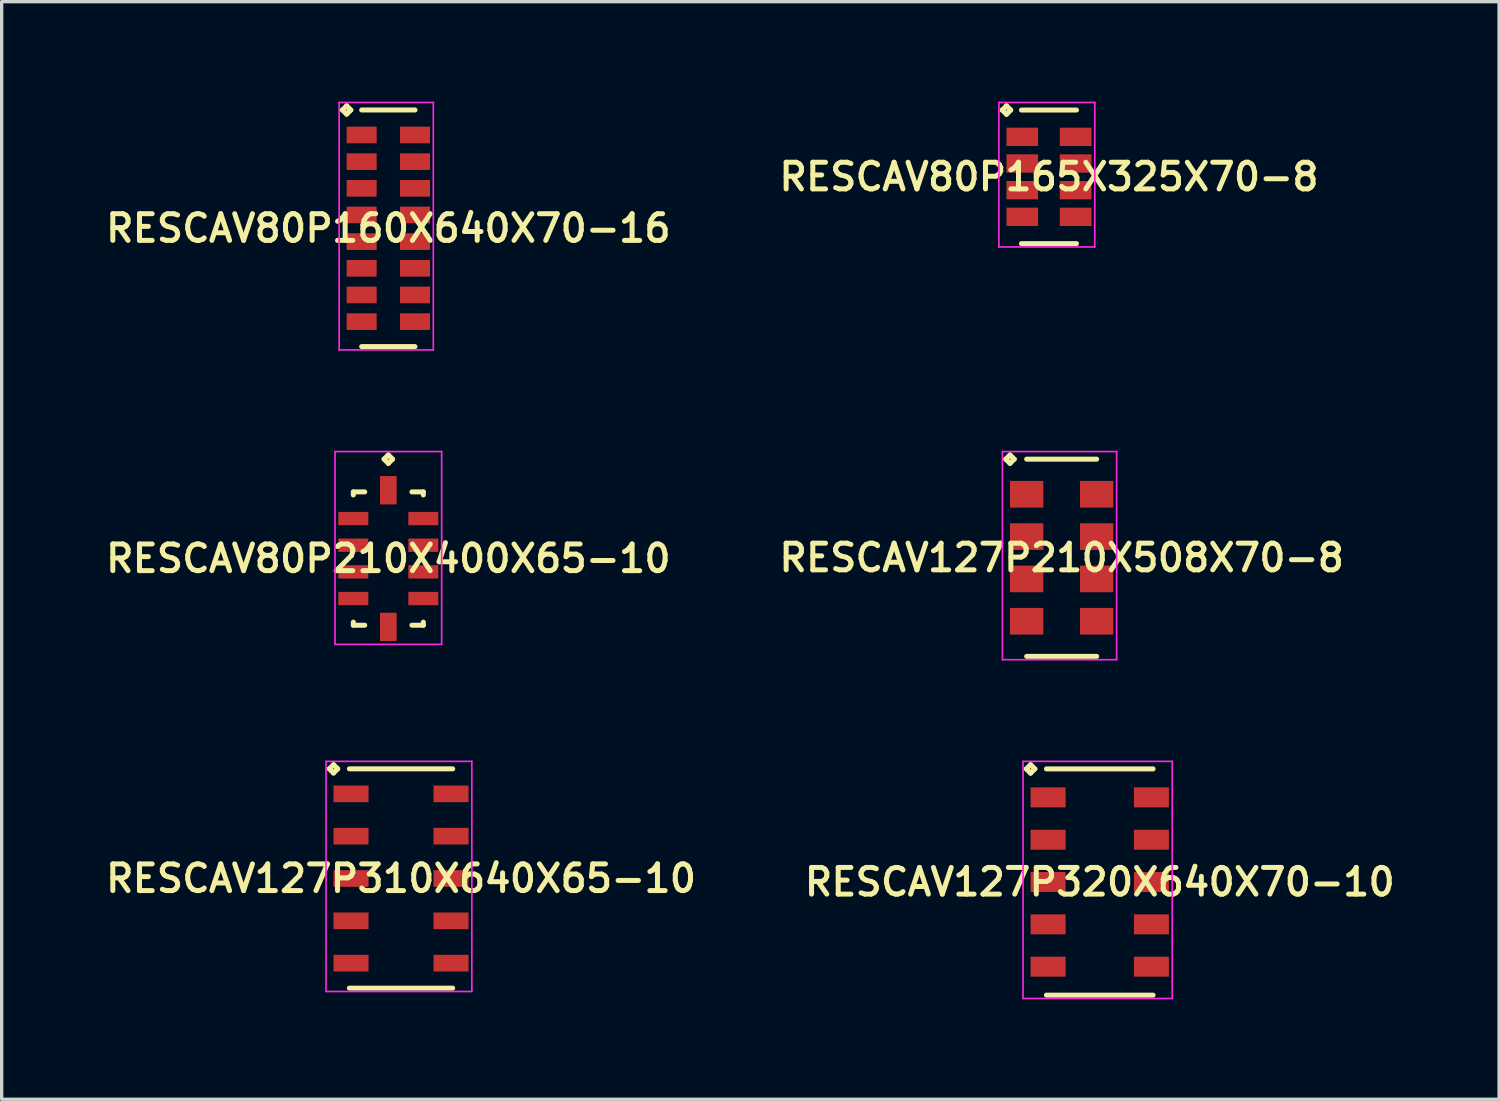
<source format=kicad_pcb>
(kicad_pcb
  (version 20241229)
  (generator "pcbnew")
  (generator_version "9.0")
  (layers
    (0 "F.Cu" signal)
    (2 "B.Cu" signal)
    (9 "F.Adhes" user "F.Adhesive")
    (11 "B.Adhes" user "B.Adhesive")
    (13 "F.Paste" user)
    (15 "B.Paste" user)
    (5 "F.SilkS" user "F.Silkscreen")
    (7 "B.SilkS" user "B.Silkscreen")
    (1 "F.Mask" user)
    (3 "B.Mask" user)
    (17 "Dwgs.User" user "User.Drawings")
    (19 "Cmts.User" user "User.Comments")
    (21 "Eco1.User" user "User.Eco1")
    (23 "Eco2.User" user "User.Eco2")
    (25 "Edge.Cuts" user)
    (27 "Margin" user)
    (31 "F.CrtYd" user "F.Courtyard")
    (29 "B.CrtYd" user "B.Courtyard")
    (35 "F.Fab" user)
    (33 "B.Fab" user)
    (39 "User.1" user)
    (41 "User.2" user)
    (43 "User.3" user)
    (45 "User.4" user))
  (footprint "RESCAV80P210X400X65-10"
    (layer "F.Cu")
    (at 8.602 13.71)
    (property "Reference" "RESCAV80P210X400X65-10" (at 0 0 0) (layer "F.SilkS") (effects (font (size 0.8 0.8) (thickness 0.15))))
    (attr smd)
    (fp_line (start -1.05 -2) (end -0.708 -2) (stroke (width 0.15) (type solid)) (layer "F.SilkS"))
    (fp_line (start -1.05 -1.908) (end -1.05 -2) (stroke (width 0.15) (type solid)) (layer "F.SilkS"))
    (fp_line (start -1.05 1.908) (end -1.05 2) (stroke (width 0.15) (type solid)) (layer "F.SilkS"))
    (fp_line (start -1.05 2) (end -0.708 2) (stroke (width 0.15) (type solid)) (layer "F.SilkS"))
    (fp_line (start -0.127 -2.983) (end 0 -3.11) (stroke (width 0.15) (type solid)) (layer "F.SilkS"))
    (fp_line (start 0 -3.11) (end 0.127 -2.983) (stroke (width 0.15) (type solid)) (layer "F.SilkS"))
    (fp_line (start 0 -2.856) (end -0.127 -2.983) (stroke (width 0.15) (type solid)) (layer "F.SilkS"))
    (fp_line (start 0.127 -2.983) (end 0 -2.856) (stroke (width 0.15) (type solid)) (layer "F.SilkS"))
    (fp_line (start 1.05 -2) (end 0.708 -2) (stroke (width 0.15) (type solid)) (layer "F.SilkS"))
    (fp_line (start 1.05 -1.908) (end 1.05 -2) (stroke (width 0.15) (type solid)) (layer "F.SilkS"))
    (fp_line (start 1.05 1.908) (end 1.05 2) (stroke (width 0.15) (type solid)) (layer "F.SilkS"))
    (fp_line (start 1.05 2) (end 0.708 2) (stroke (width 0.15) (type solid)) (layer "F.SilkS"))
    (fp_line (start -1.6 -3.21) (end 1.6 -3.21) (stroke (width 0.05) (type solid)) (layer "F.CrtYd"))
    (fp_line (start -1.6 2.575) (end -1.6 -3.21) (stroke (width 0.05) (type solid)) (layer "F.CrtYd"))
    (fp_line (start 1.6 -3.21) (end 1.6 2.575) (stroke (width 0.05) (type solid)) (layer "F.CrtYd"))
    (fp_line (start 1.6 2.575) (end -1.6 2.575) (stroke (width 0.05) (type solid)) (layer "F.CrtYd"))
    (pad "1" smd rect (at 0 -2.05) (size 0.5 0.85) (layers "F.Cu" "F.Mask" "F.Paste"))
    (pad "2" smd rect (at -1.05 -1.2) (size 0.9 0.4) (layers "F.Cu" "F.Mask" "F.Paste"))
    (pad "3" smd rect (at -1.05 -0.4) (size 0.9 0.4) (layers "F.Cu" "F.Mask" "F.Paste"))
    (pad "4" smd rect (at -1.05 0.4) (size 0.9 0.4) (layers "F.Cu" "F.Mask" "F.Paste"))
    (pad "5" smd rect (at -1.05 1.2) (size 0.9 0.4) (layers "F.Cu" "F.Mask" "F.Paste"))
    (pad "6" smd rect (at 0 2.05) (size 0.5 0.85) (layers "F.Cu" "F.Mask" "F.Paste"))
    (pad "7" smd rect (at 1.05 1.2) (size 0.9 0.4) (layers "F.Cu" "F.Mask" "F.Paste"))
    (pad "8" smd rect (at 1.05 0.4) (size 0.9 0.4) (layers "F.Cu" "F.Mask" "F.Paste"))
    (pad "9" smd rect (at 1.05 -0.4) (size 0.9 0.4) (layers "F.Cu" "F.Mask" "F.Paste"))
    (pad "10" smd rect (at 1.05 -1.2) (size 0.9 0.4) (layers "F.Cu" "F.Mask" "F.Paste")))
  (footprint "RESCAV80P165X325X70-8"
    (layer "F.Cu")
    (at 28.425 2.256)
    (property "Reference" "RESCAV80P165X325X70-8" (at 0 0 0) (layer "F.SilkS") (effects (font (size 0.8 0.8) (thickness 0.15))))
    (attr smd)
    (fp_line (start -1.402 -2.004) (end -1.275 -2.131) (stroke (width 0.15) (type solid)) (layer "F.SilkS"))
    (fp_line (start -1.275 -2.131) (end -1.148 -2.004) (stroke (width 0.15) (type solid)) (layer "F.SilkS"))
    (fp_line (start -1.275 -1.877) (end -1.402 -2.004) (stroke (width 0.15) (type solid)) (layer "F.SilkS"))
    (fp_line (start -1.148 -2.004) (end -1.275 -1.877) (stroke (width 0.15) (type solid)) (layer "F.SilkS"))
    (fp_line (start -0.825 -2.004) (end 0.825 -2.004) (stroke (width 0.15) (type solid)) (layer "F.SilkS"))
    (fp_line (start -0.825 2.004) (end 0.825 2.004) (stroke (width 0.15) (type solid)) (layer "F.SilkS"))
    (fp_line (start -1.502 -2.231) (end 1.375 -2.231) (stroke (width 0.05) (type solid)) (layer "F.CrtYd"))
    (fp_line (start -1.502 2.104) (end -1.502 -2.231) (stroke (width 0.05) (type solid)) (layer "F.CrtYd"))
    (fp_line (start 1.375 -2.231) (end 1.375 2.104) (stroke (width 0.05) (type solid)) (layer "F.CrtYd"))
    (fp_line (start 1.375 2.104) (end -1.502 2.104) (stroke (width 0.05) (type solid)) (layer "F.CrtYd"))
    (pad "1" smd rect (at -0.8 -1.2) (size 0.95 0.55) (layers "F.Cu" "F.Mask" "F.Paste"))
    (pad "2" smd rect (at -0.8 -0.4) (size 0.95 0.55) (layers "F.Cu" "F.Mask" "F.Paste"))
    (pad "3" smd rect (at -0.8 0.4) (size 0.95 0.55) (layers "F.Cu" "F.Mask" "F.Paste"))
    (pad "4" smd rect (at -0.8 1.2) (size 0.95 0.55) (layers "F.Cu" "F.Mask" "F.Paste"))
    (pad "5" smd rect (at 0.8 1.2) (size 0.95 0.55) (layers "F.Cu" "F.Mask" "F.Paste"))
    (pad "6" smd rect (at 0.8 0.4) (size 0.95 0.55) (layers "F.Cu" "F.Mask" "F.Paste"))
    (pad "7" smd rect (at 0.8 -0.4) (size 0.95 0.55) (layers "F.Cu" "F.Mask" "F.Paste"))
    (pad "8" smd rect (at 0.8 -1.2) (size 0.95 0.55) (layers "F.Cu" "F.Mask" "F.Paste")))
  (footprint "RESCAV127P310X640X65-10"
    (layer "F.Cu")
    (at 8.983 23.31)
    (property "Reference" "RESCAV127P310X640X65-10" (at 0 0 0) (layer "F.SilkS") (effects (font (size 0.8 0.8) (thickness 0.15))))
    (attr smd)
    (fp_line (start -2.15 -3.29) (end -2.025 -3.415) (stroke (width 0.15) (type solid)) (layer "F.SilkS"))
    (fp_line (start -2.025 -3.415) (end -1.9 -3.29) (stroke (width 0.15) (type solid)) (layer "F.SilkS"))
    (fp_line (start -2.025 -3.165) (end -2.15 -3.29) (stroke (width 0.15) (type solid)) (layer "F.SilkS"))
    (fp_line (start -1.9 -3.29) (end -2.025 -3.165) (stroke (width 0.15) (type solid)) (layer "F.SilkS"))
    (fp_line (start -1.55 -3.29) (end 1.55 -3.29) (stroke (width 0.15) (type solid)) (layer "F.SilkS"))
    (fp_line (start -1.55 3.29) (end 1.55 3.29) (stroke (width 0.15) (type solid)) (layer "F.SilkS"))
    (fp_line (start -2.25 -3.515) (end 2.125 -3.515) (stroke (width 0.05) (type solid)) (layer "F.CrtYd"))
    (fp_line (start -2.25 3.39) (end -2.25 -3.515) (stroke (width 0.05) (type solid)) (layer "F.CrtYd"))
    (fp_line (start 2.125 -3.515) (end 2.125 3.39) (stroke (width 0.05) (type solid)) (layer "F.CrtYd"))
    (fp_line (start 2.125 3.39) (end -2.25 3.39) (stroke (width 0.05) (type solid)) (layer "F.CrtYd"))
    (pad "1" smd rect (at -1.5 -2.54) (size 1.05 0.5) (layers "F.Cu" "F.Mask" "F.Paste"))
    (pad "2" smd rect (at -1.5 -1.27) (size 1.05 0.5) (layers "F.Cu" "F.Mask" "F.Paste"))
    (pad "3" smd rect (at -1.5 0) (size 1.05 0.5) (layers "F.Cu" "F.Mask" "F.Paste"))
    (pad "4" smd rect (at -1.5 1.27) (size 1.05 0.5) (layers "F.Cu" "F.Mask" "F.Paste"))
    (pad "5" smd rect (at -1.5 2.54) (size 1.05 0.5) (layers "F.Cu" "F.Mask" "F.Paste"))
    (pad "6" smd rect (at 1.5 2.54) (size 1.05 0.5) (layers "F.Cu" "F.Mask" "F.Paste"))
    (pad "7" smd rect (at 1.5 1.27) (size 1.05 0.5) (layers "F.Cu" "F.Mask" "F.Paste"))
    (pad "8" smd rect (at 1.5 0) (size 1.05 0.5) (layers "F.Cu" "F.Mask" "F.Paste"))
    (pad "9" smd rect (at 1.5 -1.27) (size 1.05 0.5) (layers "F.Cu" "F.Mask" "F.Paste"))
    (pad "10" smd rect (at 1.5 -2.54) (size 1.05 0.5) (layers "F.Cu" "F.Mask" "F.Paste")))
  (footprint "RESCAV127P210X508X70-8"
    (layer "F.Cu")
    (at 28.806 13.686)
    (property "Reference" "RESCAV127P210X508X70-8" (at 0 0 0) (layer "F.SilkS") (effects (font (size 0.8 0.8) (thickness 0.15))))
    (attr smd)
    (fp_line (start -1.677 -2.959) (end -1.55 -3.086) (stroke (width 0.15) (type solid)) (layer "F.SilkS"))
    (fp_line (start -1.55 -3.086) (end -1.423 -2.959) (stroke (width 0.15) (type solid)) (layer "F.SilkS"))
    (fp_line (start -1.55 -2.832) (end -1.677 -2.959) (stroke (width 0.15) (type solid)) (layer "F.SilkS"))
    (fp_line (start -1.423 -2.959) (end -1.55 -2.832) (stroke (width 0.15) (type solid)) (layer "F.SilkS"))
    (fp_line (start -1.05 -2.959) (end 1.05 -2.959) (stroke (width 0.15) (type solid)) (layer "F.SilkS"))
    (fp_line (start -1.05 2.959) (end 1.05 2.959) (stroke (width 0.15) (type solid)) (layer "F.SilkS"))
    (fp_line (start -1.777 -3.186) (end 1.65 -3.186) (stroke (width 0.05) (type solid)) (layer "F.CrtYd"))
    (fp_line (start -1.777 3.059) (end -1.777 -3.186) (stroke (width 0.05) (type solid)) (layer "F.CrtYd"))
    (fp_line (start 1.65 -3.186) (end 1.65 3.059) (stroke (width 0.05) (type solid)) (layer "F.CrtYd"))
    (fp_line (start 1.65 3.059) (end -1.777 3.059) (stroke (width 0.05) (type solid)) (layer "F.CrtYd"))
    (pad "1" smd rect (at -1.05 -1.905) (size 1 0.8) (layers "F.Cu" "F.Mask" "F.Paste"))
    (pad "2" smd rect (at -1.05 -0.635) (size 1 0.8) (layers "F.Cu" "F.Mask" "F.Paste"))
    (pad "3" smd rect (at -1.05 0.635) (size 1 0.8) (layers "F.Cu" "F.Mask" "F.Paste"))
    (pad "4" smd rect (at -1.05 1.905) (size 1 0.8) (layers "F.Cu" "F.Mask" "F.Paste"))
    (pad "5" smd rect (at 1.05 1.905) (size 1 0.8) (layers "F.Cu" "F.Mask" "F.Paste"))
    (pad "6" smd rect (at 1.05 0.635) (size 1 0.8) (layers "F.Cu" "F.Mask" "F.Paste"))
    (pad "7" smd rect (at 1.05 -0.635) (size 1 0.8) (layers "F.Cu" "F.Mask" "F.Paste"))
    (pad "8" smd rect (at 1.05 -1.905) (size 1 0.8) (layers "F.Cu" "F.Mask" "F.Paste")))
  (footprint "RESCAV80P160X640X70-16"
    (layer "F.Cu")
    (at 8.602 3.8)
    (property "Reference" "RESCAV80P160X640X70-16" (at 0 0 0) (layer "F.SilkS") (effects (font (size 0.8 0.8) (thickness 0.15))))
    (attr smd)
    (fp_line (start -1.375 -3.55) (end -1.25 -3.675) (stroke (width 0.15) (type solid)) (layer "F.SilkS"))
    (fp_line (start -1.25 -3.675) (end -1.125 -3.55) (stroke (width 0.15) (type solid)) (layer "F.SilkS"))
    (fp_line (start -1.25 -3.425) (end -1.375 -3.55) (stroke (width 0.15) (type solid)) (layer "F.SilkS"))
    (fp_line (start -1.125 -3.55) (end -1.25 -3.425) (stroke (width 0.15) (type solid)) (layer "F.SilkS"))
    (fp_line (start -0.8 -3.55) (end 0.8 -3.55) (stroke (width 0.15) (type solid)) (layer "F.SilkS"))
    (fp_line (start -0.8 3.55) (end 0.8 3.55) (stroke (width 0.15) (type solid)) (layer "F.SilkS"))
    (fp_line (start -1.475 -3.775) (end 1.35 -3.775) (stroke (width 0.05) (type solid)) (layer "F.CrtYd"))
    (fp_line (start -1.475 3.65) (end -1.475 -3.775) (stroke (width 0.05) (type solid)) (layer "F.CrtYd"))
    (fp_line (start 1.35 -3.775) (end 1.35 3.65) (stroke (width 0.05) (type solid)) (layer "F.CrtYd"))
    (fp_line (start 1.35 3.65) (end -1.475 3.65) (stroke (width 0.05) (type solid)) (layer "F.CrtYd"))
    (pad "1" smd rect (at -0.8 -2.8) (size 0.9 0.5) (layers "F.Cu" "F.Mask" "F.Paste"))
    (pad "2" smd rect (at -0.8 -2) (size 0.9 0.5) (layers "F.Cu" "F.Mask" "F.Paste"))
    (pad "3" smd rect (at -0.8 -1.2) (size 0.9 0.5) (layers "F.Cu" "F.Mask" "F.Paste"))
    (pad "4" smd rect (at -0.8 -0.4) (size 0.9 0.5) (layers "F.Cu" "F.Mask" "F.Paste"))
    (pad "5" smd rect (at -0.8 0.4) (size 0.9 0.5) (layers "F.Cu" "F.Mask" "F.Paste"))
    (pad "6" smd rect (at -0.8 1.2) (size 0.9 0.5) (layers "F.Cu" "F.Mask" "F.Paste"))
    (pad "7" smd rect (at -0.8 2) (size 0.9 0.5) (layers "F.Cu" "F.Mask" "F.Paste"))
    (pad "8" smd rect (at -0.8 2.8) (size 0.9 0.5) (layers "F.Cu" "F.Mask" "F.Paste"))
    (pad "9" smd rect (at 0.8 2.8) (size 0.9 0.5) (layers "F.Cu" "F.Mask" "F.Paste"))
    (pad "10" smd rect (at 0.8 2) (size 0.9 0.5) (layers "F.Cu" "F.Mask" "F.Paste"))
    (pad "11" smd rect (at 0.8 1.2) (size 0.9 0.5) (layers "F.Cu" "F.Mask" "F.Paste"))
    (pad "12" smd rect (at 0.8 0.4) (size 0.9 0.5) (layers "F.Cu" "F.Mask" "F.Paste"))
    (pad "13" smd rect (at 0.8 -0.4) (size 0.9 0.5) (layers "F.Cu" "F.Mask" "F.Paste"))
    (pad "14" smd rect (at 0.8 -1.2) (size 0.9 0.5) (layers "F.Cu" "F.Mask" "F.Paste"))
    (pad "15" smd rect (at 0.8 -2) (size 0.9 0.5) (layers "F.Cu" "F.Mask" "F.Paste"))
    (pad "16" smd rect (at 0.8 -2.8) (size 0.9 0.5) (layers "F.Cu" "F.Mask" "F.Paste")))
  (footprint "RESCAV127P320X640X70-10"
    (layer "F.Cu")
    (at 29.949 23.416)
    (property "Reference" "RESCAV127P320X640X70-10" (at 0 0 0) (layer "F.SilkS") (effects (font (size 0.8 0.8) (thickness 0.15))))
    (attr smd)
    (fp_line (start -2.202 -3.394) (end -2.075 -3.521) (stroke (width 0.15) (type solid)) (layer "F.SilkS"))
    (fp_line (start -2.075 -3.521) (end -1.948 -3.394) (stroke (width 0.15) (type solid)) (layer "F.SilkS"))
    (fp_line (start -2.075 -3.267) (end -2.202 -3.394) (stroke (width 0.15) (type solid)) (layer "F.SilkS"))
    (fp_line (start -1.948 -3.394) (end -2.075 -3.267) (stroke (width 0.15) (type solid)) (layer "F.SilkS"))
    (fp_line (start -1.6 -3.394) (end 1.6 -3.394) (stroke (width 0.15) (type solid)) (layer "F.SilkS"))
    (fp_line (start -1.6 3.394) (end 1.6 3.394) (stroke (width 0.15) (type solid)) (layer "F.SilkS"))
    (fp_line (start -2.302 -3.621) (end 2.175 -3.621) (stroke (width 0.05) (type solid)) (layer "F.CrtYd"))
    (fp_line (start -2.302 3.494) (end -2.302 -3.621) (stroke (width 0.05) (type solid)) (layer "F.CrtYd"))
    (fp_line (start 2.175 -3.621) (end 2.175 3.494) (stroke (width 0.05) (type solid)) (layer "F.CrtYd"))
    (fp_line (start 2.175 3.494) (end -2.302 3.494) (stroke (width 0.05) (type solid)) (layer "F.CrtYd"))
    (pad "1" smd rect (at -1.55 -2.54) (size 1.05 0.6) (layers "F.Cu" "F.Mask" "F.Paste"))
    (pad "2" smd rect (at -1.55 -1.27) (size 1.05 0.6) (layers "F.Cu" "F.Mask" "F.Paste"))
    (pad "3" smd rect (at -1.55 0) (size 1.05 0.6) (layers "F.Cu" "F.Mask" "F.Paste"))
    (pad "4" smd rect (at -1.55 1.27) (size 1.05 0.6) (layers "F.Cu" "F.Mask" "F.Paste"))
    (pad "5" smd rect (at -1.55 2.54) (size 1.05 0.6) (layers "F.Cu" "F.Mask" "F.Paste"))
    (pad "6" smd rect (at 1.55 2.54) (size 1.05 0.6) (layers "F.Cu" "F.Mask" "F.Paste"))
    (pad "7" smd rect (at 1.55 1.27) (size 1.05 0.6) (layers "F.Cu" "F.Mask" "F.Paste"))
    (pad "8" smd rect (at 1.55 0) (size 1.05 0.6) (layers "F.Cu" "F.Mask" "F.Paste"))
    (pad "9" smd rect (at 1.55 -1.27) (size 1.05 0.6) (layers "F.Cu" "F.Mask" "F.Paste"))
    (pad "10" smd rect (at 1.55 -2.54) (size 1.05 0.6) (layers "F.Cu" "F.Mask" "F.Paste")))
  (gr_rect
    (start -3 -3)
    (end 41.932 29.935)
    (stroke (width 0.1) (type default))
    (fill no)
    (layer "Edge.Cuts")))
</source>
